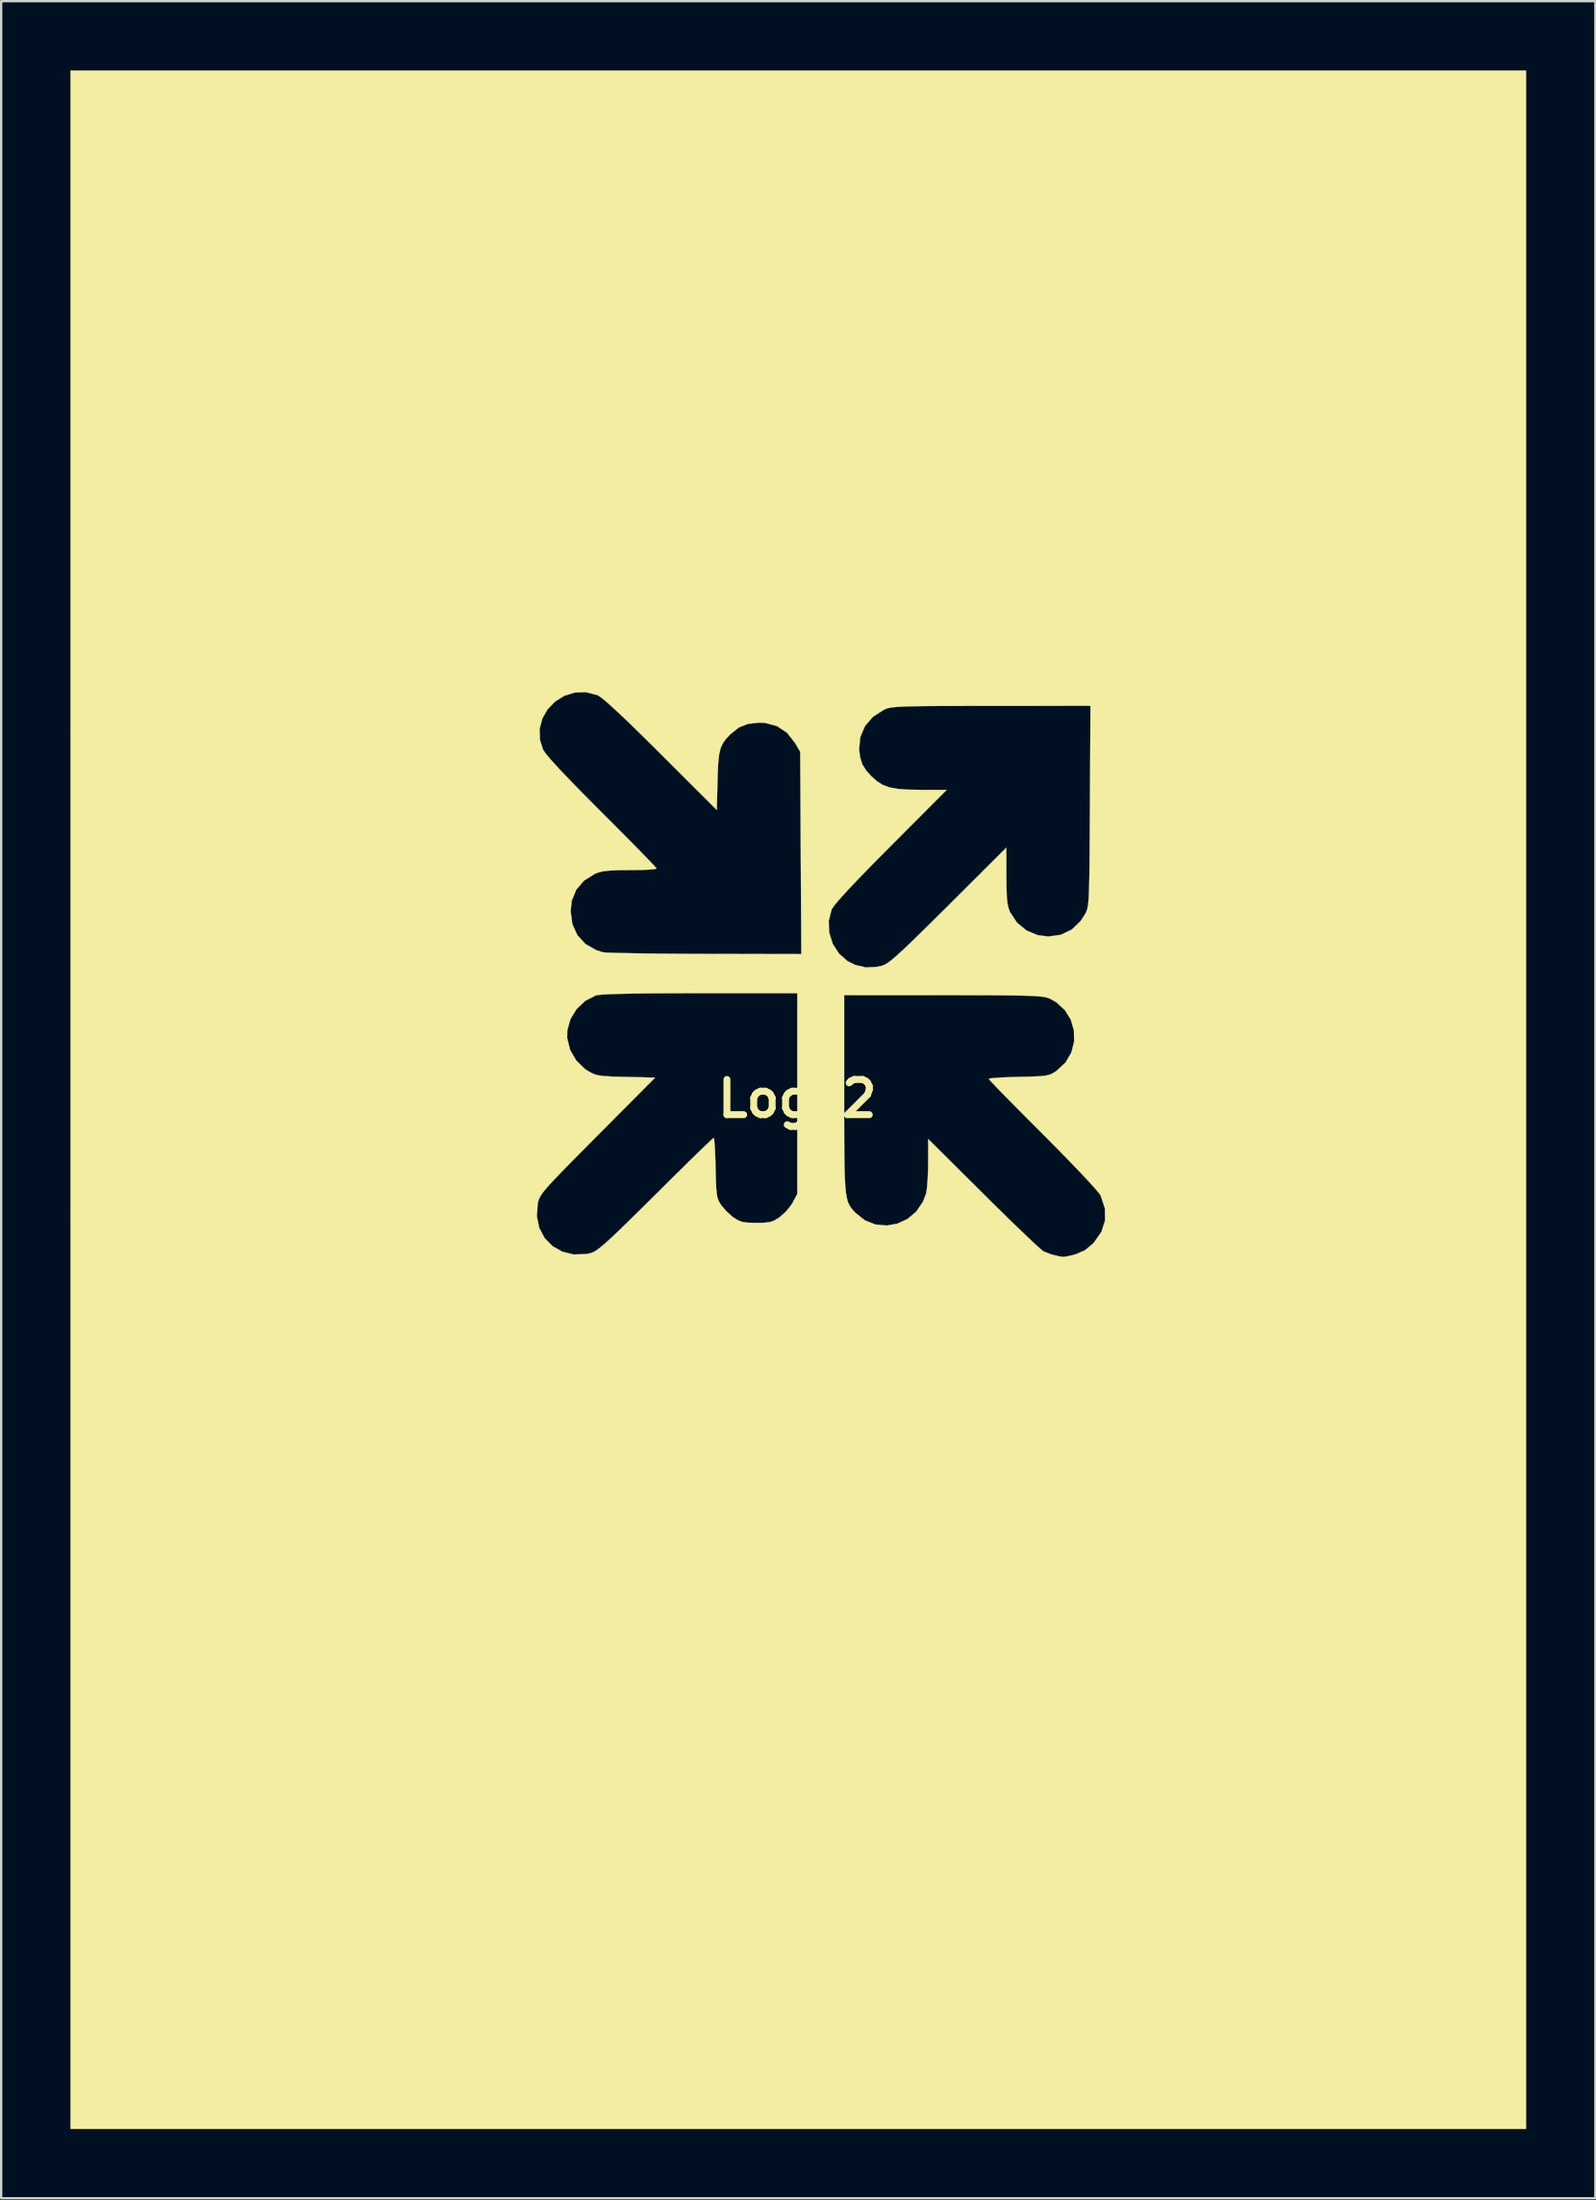
<source format=kicad_pcb>
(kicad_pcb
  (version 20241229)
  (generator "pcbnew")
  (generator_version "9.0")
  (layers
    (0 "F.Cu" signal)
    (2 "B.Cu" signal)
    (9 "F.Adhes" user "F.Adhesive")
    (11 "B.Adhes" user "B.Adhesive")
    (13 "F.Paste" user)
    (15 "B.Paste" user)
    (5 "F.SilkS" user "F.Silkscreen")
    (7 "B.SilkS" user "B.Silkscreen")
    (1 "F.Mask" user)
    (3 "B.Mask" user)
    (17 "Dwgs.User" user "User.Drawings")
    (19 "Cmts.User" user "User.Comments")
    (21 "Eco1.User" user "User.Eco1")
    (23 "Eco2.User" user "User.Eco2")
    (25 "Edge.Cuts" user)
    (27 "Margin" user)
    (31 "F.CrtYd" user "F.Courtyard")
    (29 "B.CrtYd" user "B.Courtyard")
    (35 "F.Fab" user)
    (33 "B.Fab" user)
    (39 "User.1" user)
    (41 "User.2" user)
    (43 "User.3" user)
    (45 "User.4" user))
  (footprint "Logo2"
    (layer "F.Cu")
    (at 31.501 44.54)
    (property "Reference" "Logo2" (at 0 0 0) (layer "F.SilkS") (effects (font (size 1.524 1.524) (thickness 0.3))))
    (attr through_hole)
    (fp_poly (pts (xy 31.581 44.619) (xy -31.496 44.619) (xy -31.496 5.089) (xy -11.287 5.089) (xy -11.182 5.595) (xy -10.95 6.032) (xy -10.609 6.382) (xy -10.181 6.626) (xy -9.685 6.747) (xy -9.139 6.726) (xy -8.932 6.68) (xy -8.829 6.639) (xy -8.699 6.561) (xy -8.532 6.436) (xy -8.316 6.253) (xy -8.039 6.001) (xy -7.689 5.669) (xy -7.256 5.248) (xy -6.726 4.727) (xy -6.135 4.14) (xy -5.603 3.612) (xy -5.108 3.123) (xy -4.663 2.686) (xy -4.281 2.313) (xy -3.974 2.016) (xy -3.755 1.809) (xy -3.638 1.704) (xy -3.622 1.693) (xy -3.602 1.773) (xy -3.581 1.993) (xy -3.562 2.325) (xy -3.547 2.739) (xy -3.541 2.991) (xy -3.529 3.492) (xy -3.514 3.854) (xy -3.491 4.111) (xy -3.456 4.292) (xy -3.404 4.431) (xy -3.331 4.558) (xy -3.302 4.601) (xy -3.092 4.853) (xy -2.83 5.092) (xy -2.759 5.145) (xy -2.564 5.266) (xy -2.376 5.336) (xy -2.136 5.368) (xy -1.787 5.376) (xy -1.771 5.376) (xy -1.421 5.37) (xy -1.182 5.34) (xy -0.993 5.272) (xy -0.797 5.152) (xy -0.755 5.122) (xy -0.493 4.889) (xy -0.262 4.602) (xy -0.197 4.495) (xy -0.000001 4.122) (xy -0.000001 -0.209) (xy 2.032 -0.209) (xy 2.032 0.793) (xy 2.034 1.639) (xy 2.038 2.346) (xy 2.046 2.928) (xy 2.059 3.399) (xy 2.08 3.774) (xy 2.109 4.069) (xy 2.147 4.296) (xy 2.196 4.472) (xy 2.258 4.611) (xy 2.334 4.728) (xy 2.425 4.837) (xy 2.523 4.943) (xy 2.931 5.267) (xy 3.387 5.447) (xy 3.866 5.493) (xy 4.338 5.41) (xy 4.777 5.206) (xy 5.155 4.889) (xy 5.444 4.467) (xy 5.581 4.106) (xy 5.617 3.885) (xy 5.647 3.544) (xy 5.666 3.132) (xy 5.672 2.755) (xy 5.673 1.742) (xy 8.065 4.12) (xy 8.596 4.646) (xy 9.098 5.137) (xy 9.554 5.58) (xy 9.952 5.961) (xy 10.277 6.266) (xy 10.514 6.482) (xy 10.65 6.596) (xy 10.668 6.608) (xy 10.981 6.733) (xy 11.337 6.825) (xy 11.52 6.849) (xy 11.674 6.831) (xy 11.921 6.775) (xy 12.081 6.731) (xy 12.47 6.56) (xy 12.814 6.273) (xy 12.853 6.231) (xy 13.178 5.769) (xy 13.337 5.273) (xy 13.331 4.754) (xy 13.158 4.223) (xy 13.127 4.162) (xy 13.032 4.034) (xy 12.83 3.802) (xy 12.536 3.482) (xy 12.164 3.088) (xy 11.728 2.635) (xy 11.243 2.139) (xy 10.722 1.615) (xy 10.631 1.525) (xy 10.115 1.008) (xy 9.638 0.528) (xy 9.214 0.099) (xy 8.855 -0.267) (xy 8.575 -0.557) (xy 8.386 -0.757) (xy 8.301 -0.855) (xy 8.297 -0.861) (xy 8.377 -0.883) (xy 8.597 -0.905) (xy 8.929 -0.924) (xy 9.343 -0.94) (xy 9.596 -0.947) (xy 10.093 -0.958) (xy 10.452 -0.972) (xy 10.706 -0.993) (xy 10.887 -1.028) (xy 11.026 -1.08) (xy 11.155 -1.155) (xy 11.244 -1.216) (xy 11.628 -1.575) (xy 11.878 -2.004) (xy 11.997 -2.475) (xy 11.988 -2.958) (xy 11.854 -3.424) (xy 11.596 -3.842) (xy 11.219 -4.184) (xy 10.964 -4.327) (xy 10.879 -4.362) (xy 10.779 -4.392) (xy 10.649 -4.416) (xy 10.474 -4.436) (xy 10.24 -4.451) (xy 9.932 -4.463) (xy 9.535 -4.472) (xy 9.033 -4.478) (xy 8.414 -4.482) (xy 7.661 -4.484) (xy 6.759 -4.485) (xy 6.329 -4.485) (xy 2.032 -4.487) (xy 2.032 -0.209) (xy -0.000001 -0.209) (xy 0 -0.225) (xy 0 -4.572) (xy -4.221 -4.572) (xy -5.322 -4.57) (xy -6.26 -4.565) (xy -7.04 -4.557) (xy -7.666 -4.545) (xy -8.146 -4.529) (xy -8.483 -4.51) (xy -8.684 -4.487) (xy -8.729 -4.476) (xy -9.187 -4.241) (xy -9.561 -3.889) (xy -9.828 -3.455) (xy -9.965 -2.972) (xy -9.972 -2.625) (xy -9.843 -2.112) (xy -9.576 -1.651) (xy -9.198 -1.287) (xy -9.078 -1.209) (xy -8.914 -1.117) (xy -8.761 -1.052) (xy -8.585 -1.008) (xy -8.352 -0.98) (xy -8.029 -0.962) (xy -7.58 -0.948) (xy -7.419 -0.945) (xy -6.161 -0.915) (xy -8.659 1.595) (xy -9.272 2.212) (xy -9.776 2.722) (xy -10.182 3.136) (xy -10.502 3.469) (xy -10.747 3.733) (xy -10.928 3.94) (xy -11.055 4.102) (xy -11.14 4.233) (xy -11.193 4.345) (xy -11.227 4.45) (xy -11.246 4.532) (xy -11.287 5.089) (xy -31.496 5.089) (xy -31.496 -16.014) (xy -11.167 -16.014) (xy -11.15 -15.535) (xy -11.014 -15.113) (xy -10.903 -14.951) (xy -10.673 -14.678) (xy -10.328 -14.299) (xy -9.871 -13.819) (xy -9.308 -13.241) (xy -8.643 -12.571) (xy -8.475 -12.404) (xy -7.954 -11.883) (xy -7.471 -11.398) (xy -7.041 -10.963) (xy -6.677 -10.59) (xy -6.39 -10.294) (xy -6.194 -10.086) (xy -6.102 -9.98) (xy -6.096 -9.97) (xy -6.176 -9.947) (xy -6.394 -9.927) (xy -6.72 -9.912) (xy -7.125 -9.905) (xy -7.26 -9.904) (xy -7.766 -9.899) (xy -8.136 -9.883) (xy -8.407 -9.853) (xy -8.612 -9.805) (xy -8.763 -9.747) (xy -9.241 -9.448) (xy -9.579 -9.055) (xy -9.773 -8.575) (xy -9.821 -8.128) (xy -9.747 -7.563) (xy -9.529 -7.084) (xy -9.18 -6.703) (xy -8.709 -6.434) (xy -8.424 -6.345) (xy -8.291 -6.332) (xy -8.006 -6.32) (xy -7.586 -6.309) (xy -7.049 -6.299) (xy -6.413 -6.29) (xy -5.695 -6.283) (xy -4.913 -6.277) (xy -4.084 -6.274) (xy -3.998 -6.274) (xy 0.175 -6.265) (xy 0.167 -7.695) (xy 1.362 -7.695) (xy 1.384 -7.189) (xy 1.537 -6.708) (xy 1.808 -6.287) (xy 2.182 -5.958) (xy 2.509 -5.797) (xy 2.973 -5.689) (xy 3.44 -5.711) (xy 3.683 -5.765) (xy 3.785 -5.805) (xy 3.912 -5.881) (xy 4.076 -6.003) (xy 4.288 -6.182) (xy 4.56 -6.429) (xy 4.902 -6.753) (xy 5.328 -7.167) (xy 5.848 -7.679) (xy 6.474 -8.3) (xy 6.54 -8.366) (xy 9.059 -10.876) (xy 9.061 -9.65) (xy 9.066 -9.136) (xy 9.079 -8.758) (xy 9.106 -8.482) (xy 9.149 -8.276) (xy 9.211 -8.105) (xy 9.22 -8.086) (xy 9.52 -7.629) (xy 9.929 -7.289) (xy 10.422 -7.084) (xy 10.88 -7.027) (xy 11.427 -7.103) (xy 11.896 -7.329) (xy 12.282 -7.701) (xy 12.475 -8.001) (xy 12.516 -8.081) (xy 12.55 -8.165) (xy 12.579 -8.269) (xy 12.602 -8.407) (xy 12.621 -8.594) (xy 12.636 -8.846) (xy 12.647 -9.175) (xy 12.657 -9.599) (xy 12.664 -10.13) (xy 12.67 -10.784) (xy 12.675 -11.575) (xy 12.681 -12.519) (xy 12.682 -12.679) (xy 12.706 -17.018) (xy 8.406 -17.016) (xy 7.437 -17.015) (xy 6.623 -17.014) (xy 5.948 -17.011) (xy 5.399 -17.006) (xy 4.959 -16.998) (xy 4.615 -16.988) (xy 4.351 -16.974) (xy 4.153 -16.956) (xy 4.006 -16.934) (xy 3.895 -16.906) (xy 3.805 -16.873) (xy 3.768 -16.857) (xy 3.285 -16.55) (xy 2.937 -16.148) (xy 2.731 -15.669) (xy 2.679 -15.131) (xy 2.724 -14.784) (xy 2.821 -14.48) (xy 2.99 -14.211) (xy 3.209 -13.971) (xy 3.451 -13.754) (xy 3.701 -13.596) (xy 3.992 -13.488) (xy 4.354 -13.421) (xy 4.821 -13.387) (xy 5.424 -13.377) (xy 5.433 -13.377) (xy 6.473 -13.377) (xy 4.045 -10.943) (xy 3.321 -10.213) (xy 2.715 -9.59) (xy 2.228 -9.078) (xy 1.861 -8.676) (xy 1.616 -8.387) (xy 1.493 -8.211) (xy 1.486 -8.194) (xy 1.362 -7.695) (xy 0.167 -7.695) (xy 0.151 -10.647) (xy 0.127 -15.028) (xy -0.108 -15.428) (xy -0.448 -15.855) (xy -0.88 -16.141) (xy -1.392 -16.279) (xy -1.651 -16.291) (xy -2.14 -16.238) (xy -2.538 -16.077) (xy -2.903 -15.785) (xy -2.909 -15.779) (xy -3.097 -15.578) (xy -3.233 -15.384) (xy -3.328 -15.165) (xy -3.39 -14.888) (xy -3.427 -14.522) (xy -3.45 -14.033) (xy -3.457 -13.767) (xy -3.487 -12.505) (xy -5.914 -14.928) (xy -6.652 -15.661) (xy -7.278 -16.271) (xy -7.791 -16.758) (xy -8.19 -17.121) (xy -8.475 -17.361) (xy -8.645 -17.476) (xy -8.654 -17.481) (xy -9.159 -17.61) (xy -9.647 -17.594) (xy -10.1 -17.452) (xy -10.498 -17.204) (xy -10.821 -16.868) (xy -11.051 -16.465) (xy -11.167 -16.014) (xy -31.496 -16.014) (xy -31.496 -44.535) (xy 31.581 -44.535) (xy 31.581 44.619)) (stroke (width 0.01) (type solid)) (fill yes) (layer "F.SilkS")))
  (gr_rect
    (start -3 -3)
    (end 66.087 92.164)
    (stroke (width 0.1) (type default))
    (fill no)
    (layer "Edge.Cuts")))
</source>
